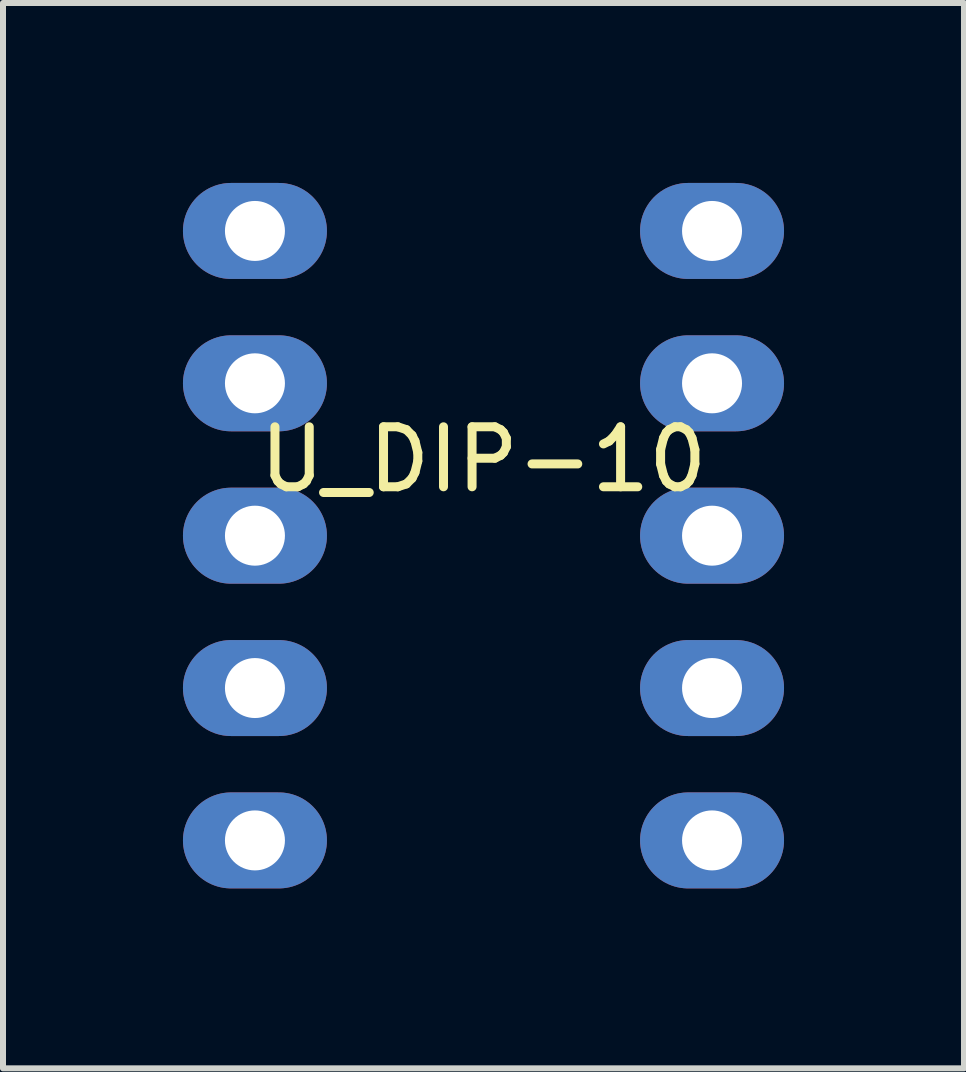
<source format=kicad_pcb>
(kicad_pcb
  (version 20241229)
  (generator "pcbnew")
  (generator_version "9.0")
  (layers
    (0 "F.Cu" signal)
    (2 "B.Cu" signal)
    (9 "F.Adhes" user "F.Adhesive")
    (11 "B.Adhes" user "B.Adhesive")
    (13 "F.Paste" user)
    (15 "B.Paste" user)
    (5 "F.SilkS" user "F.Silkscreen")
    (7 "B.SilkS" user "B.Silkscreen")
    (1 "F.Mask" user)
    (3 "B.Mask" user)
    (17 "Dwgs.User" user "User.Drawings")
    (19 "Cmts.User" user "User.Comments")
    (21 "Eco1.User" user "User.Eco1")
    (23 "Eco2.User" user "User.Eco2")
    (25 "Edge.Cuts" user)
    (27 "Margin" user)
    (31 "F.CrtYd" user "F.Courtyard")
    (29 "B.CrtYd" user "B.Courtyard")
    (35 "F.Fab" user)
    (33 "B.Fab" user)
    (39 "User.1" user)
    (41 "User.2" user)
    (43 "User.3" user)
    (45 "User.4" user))
  (footprint "U_DIP-10"
    (layer "F.Cu")
    (at 5.01 5.88)
    (property "Reference" "U_DIP-10" (at 0 -1.27 0) (layer "F.SilkS") (effects (font (size 1 1) (thickness 0.15))))
    (attr through_hole)
    (pad "" connect circle (at -3.81 -5.08) (size 1 1) (layers "F.Mask"))
    (pad "" connect circle (at -3.81 -2.54) (size 1 1) (layers "F.Mask"))
    (pad "" connect circle (at -3.81 0) (size 1 1) (layers "F.Mask"))
    (pad "" connect circle (at -3.81 2.54) (size 1 1) (layers "F.Mask"))
    (pad "" connect circle (at -3.81 5.08 90) (size 1 1) (layers "F.Mask"))
    (pad "" connect circle (at 3.81 -5.08) (size 1 1) (layers "F.Mask"))
    (pad "" connect circle (at 3.81 -2.54) (size 1 1) (layers "F.Mask"))
    (pad "" connect circle (at 3.81 0) (size 1 1) (layers "F.Mask"))
    (pad "" connect circle (at 3.81 2.54) (size 1 1) (layers "F.Mask"))
    (pad "" connect circle (at 3.81 5.08) (size 1 1) (layers "F.Mask"))
    (pad "1" thru_hole oval (at -3.81 -5.08) (size 2.4 1.6) (drill 1) (layers "B.Cu" "B.Mask"))
    (pad "2" thru_hole oval (at -3.81 -2.54) (size 2.4 1.6) (drill 1) (layers "B.Cu" "B.Mask"))
    (pad "3" thru_hole oval (at -3.81 0) (size 2.4 1.6) (drill 1) (layers "B.Cu" "B.Mask"))
    (pad "4" thru_hole oval (at -3.81 2.54) (size 2.4 1.6) (drill 1) (layers "B.Cu" "B.Mask"))
    (pad "5" thru_hole oval (at -3.81 5.08) (size 2.4 1.6) (drill 1) (layers "B.Cu" "B.Mask"))
    (pad "6" thru_hole oval (at 3.81 5.08) (size 2.4 1.6) (drill 1) (layers "B.Cu" "B.Mask"))
    (pad "7" thru_hole oval (at 3.81 2.54) (size 2.4 1.6) (drill 1) (layers "B.Cu" "B.Mask"))
    (pad "8" thru_hole oval (at 3.81 0) (size 2.4 1.6) (drill 1) (layers "B.Cu" "B.Mask"))
    (pad "9" thru_hole oval (at 3.81 -2.54) (size 2.4 1.6) (drill 1) (layers "B.Cu" "B.Mask"))
    (pad "10" thru_hole oval (at 3.81 -5.08) (size 2.4 1.6) (drill 1) (layers "B.Cu" "B.Mask")))
  (gr_rect
    (start -3 -3)
    (end 13.02 14.76)
    (stroke (width 0.1) (type default))
    (fill no)
    (layer "Edge.Cuts")))
</source>
